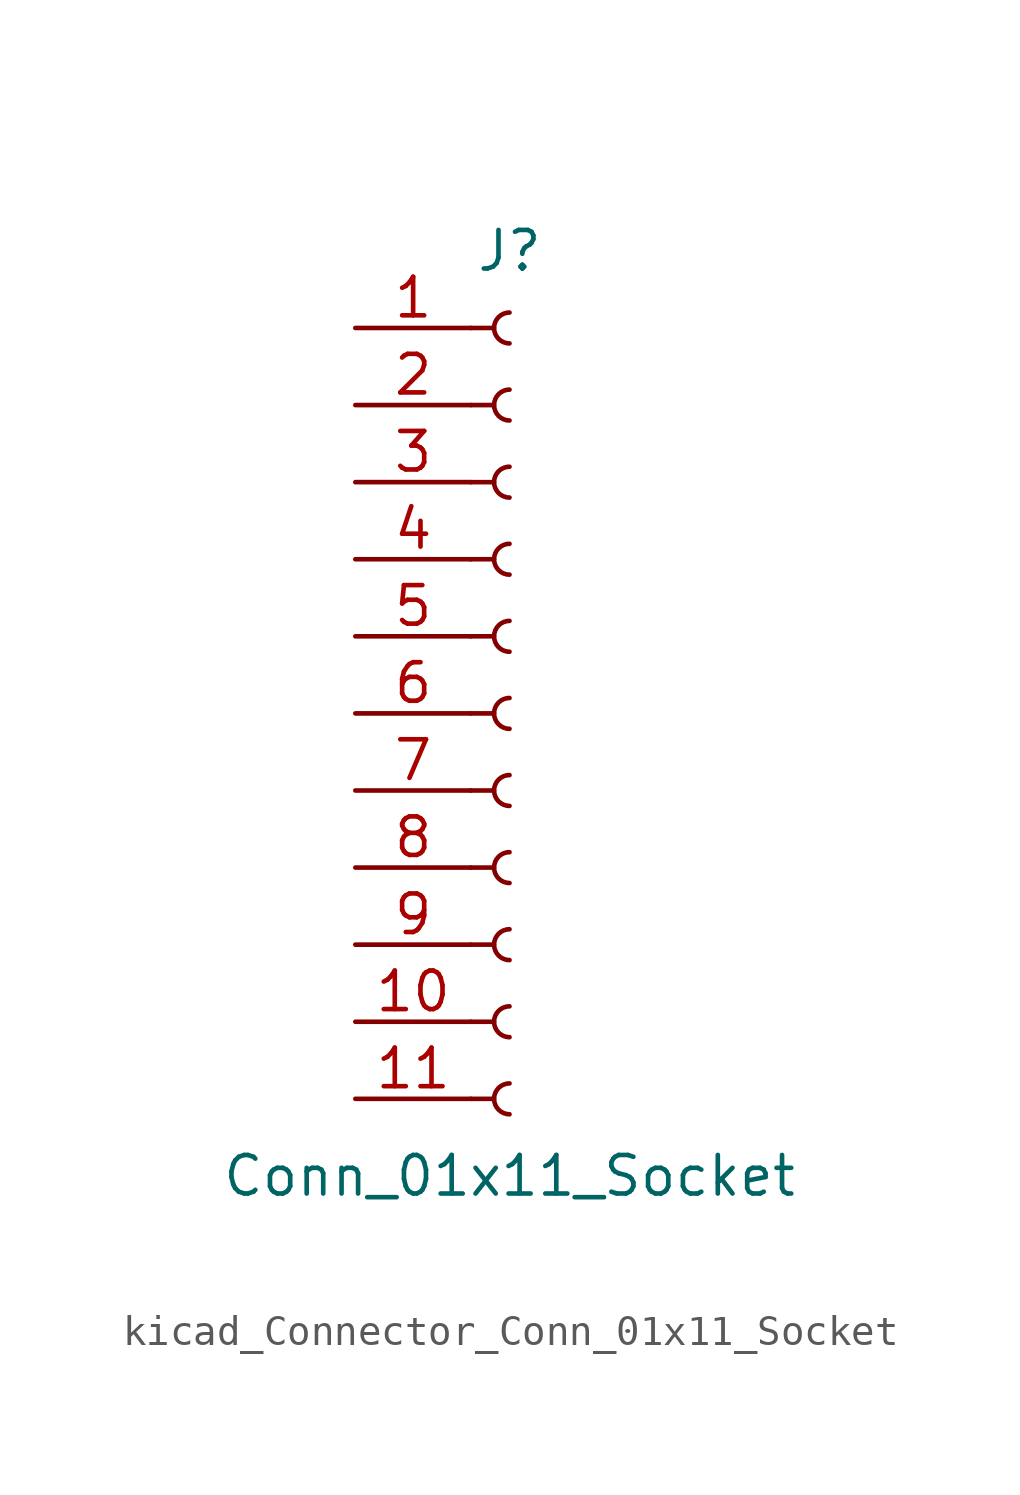
<source format=kicad_sym>
(kicad_symbol_lib
  (version 20220914)
  (generator kicad_symbol_editor)
  (symbol "kicad_Connector_Conn_01x11_Socket"
    (pin_names
      (offset 1.016) hide)
    (property "Reference" "J"
      (at 0 15.24 0)
      (effects (font (size 1.27 1.27))))
    (property "Value" "Conn_01x11_Socket"
      (at 0 -15.24 0)
      (effects (font (size 1.27 1.27))))
    (property "ki_locked" ""
      (at 0 0 0)
      (effects (font (size 1.27 1.27))))
    (symbol "kicad_Connector_Conn_01x11_Socket_1_1"
      (arc (start 0 -12.192) (mid -0.5058 -12.7) (end 0 -13.208) (stroke (width 0.1524) (type default)) (fill (type none)))
      (arc (start 0 -9.652) (mid -0.5058 -10.16) (end 0 -10.668) (stroke (width 0.1524) (type default)) (fill (type none)))
      (arc (start 0 -7.112) (mid -0.5058 -7.62) (end 0 -8.128) (stroke (width 0.1524) (type default)) (fill (type none)))
      (arc (start 0 -4.572) (mid -0.5058 -5.08) (end 0 -5.588) (stroke (width 0.1524) (type default)) (fill (type none)))
      (arc (start 0 -2.032) (mid -0.5058 -2.54) (end 0 -3.048) (stroke (width 0.1524) (type default)) (fill (type none)))
      (polyline (pts (xy -1.27 -12.7) (xy -0.508 -12.7)) (stroke (width 0.152) (type default)) (fill (type none)))
      (polyline (pts (xy -1.27 -10.16) (xy -0.508 -10.16)) (stroke (width 0.152) (type default)) (fill (type none)))
      (polyline (pts (xy -1.27 -7.62) (xy -0.508 -7.62)) (stroke (width 0.152) (type default)) (fill (type none)))
      (polyline (pts (xy -1.27 -5.08) (xy -0.508 -5.08)) (stroke (width 0.152) (type default)) (fill (type none)))
      (polyline (pts (xy -1.27 -2.54) (xy -0.508 -2.54)) (stroke (width 0.152) (type default)) (fill (type none)))
      (polyline (pts (xy -1.27 0) (xy -0.508 0)) (stroke (width 0.152) (type default)) (fill (type none)))
      (polyline (pts (xy -1.27 2.54) (xy -0.508 2.54)) (stroke (width 0.152) (type default)) (fill (type none)))
      (polyline (pts (xy -1.27 5.08) (xy -0.508 5.08)) (stroke (width 0.152) (type default)) (fill (type none)))
      (polyline (pts (xy -1.27 7.62) (xy -0.508 7.62)) (stroke (width 0.152) (type default)) (fill (type none)))
      (polyline (pts (xy -1.27 10.16) (xy -0.508 10.16)) (stroke (width 0.152) (type default)) (fill (type none)))
      (polyline (pts (xy -1.27 12.7) (xy -0.508 12.7)) (stroke (width 0.152) (type default)) (fill (type none)))
      (arc (start 0 0.508) (mid -0.5058 0) (end 0 -0.508) (stroke (width 0.1524) (type default)) (fill (type none)))
      (arc (start 0 3.048) (mid -0.5058 2.54) (end 0 2.032) (stroke (width 0.1524) (type default)) (fill (type none)))
      (arc (start 0 5.588) (mid -0.5058 5.08) (end 0 4.572) (stroke (width 0.1524) (type default)) (fill (type none)))
      (arc (start 0 8.128) (mid -0.5058 7.62) (end 0 7.112) (stroke (width 0.1524) (type default)) (fill (type none)))
      (arc (start 0 10.668) (mid -0.5058 10.16) (end 0 9.652) (stroke (width 0.1524) (type default)) (fill (type none)))
      (arc (start 0 13.208) (mid -0.5058 12.7) (end 0 12.192) (stroke (width 0.1524) (type default)) (fill (type none)))
      (pin passive line (at -5.08 12.7 0) (length 3.81) (name "Pin_1" (effects (font (size 1.27 1.27)))) (number "1" (effects (font (size 1.27 1.27)))))
      (pin passive line (at -5.08 -10.16 0) (length 3.81) (name "Pin_10" (effects (font (size 1.27 1.27)))) (number "10" (effects (font (size 1.27 1.27)))))
      (pin passive line (at -5.08 -12.7 0) (length 3.81) (name "Pin_11" (effects (font (size 1.27 1.27)))) (number "11" (effects (font (size 1.27 1.27)))))
      (pin passive line (at -5.08 10.16 0) (length 3.81) (name "Pin_2" (effects (font (size 1.27 1.27)))) (number "2" (effects (font (size 1.27 1.27)))))
      (pin passive line (at -5.08 7.62 0) (length 3.81) (name "Pin_3" (effects (font (size 1.27 1.27)))) (number "3" (effects (font (size 1.27 1.27)))))
      (pin passive line (at -5.08 5.08 0) (length 3.81) (name "Pin_4" (effects (font (size 1.27 1.27)))) (number "4" (effects (font (size 1.27 1.27)))))
      (pin passive line (at -5.08 2.54 0) (length 3.81) (name "Pin_5" (effects (font (size 1.27 1.27)))) (number "5" (effects (font (size 1.27 1.27)))))
      (pin passive line (at -5.08 0 0) (length 3.81) (name "Pin_6" (effects (font (size 1.27 1.27)))) (number "6" (effects (font (size 1.27 1.27)))))
      (pin passive line (at -5.08 -2.54 0) (length 3.81) (name "Pin_7" (effects (font (size 1.27 1.27)))) (number "7" (effects (font (size 1.27 1.27)))))
      (pin passive line (at -5.08 -5.08 0) (length 3.81) (name "Pin_8" (effects (font (size 1.27 1.27)))) (number "8" (effects (font (size 1.27 1.27)))))
      (pin passive line (at -5.08 -7.62 0) (length 3.81) (name "Pin_9" (effects (font (size 1.27 1.27)))) (number "9" (effects (font (size 1.27 1.27))))))))
</source>
